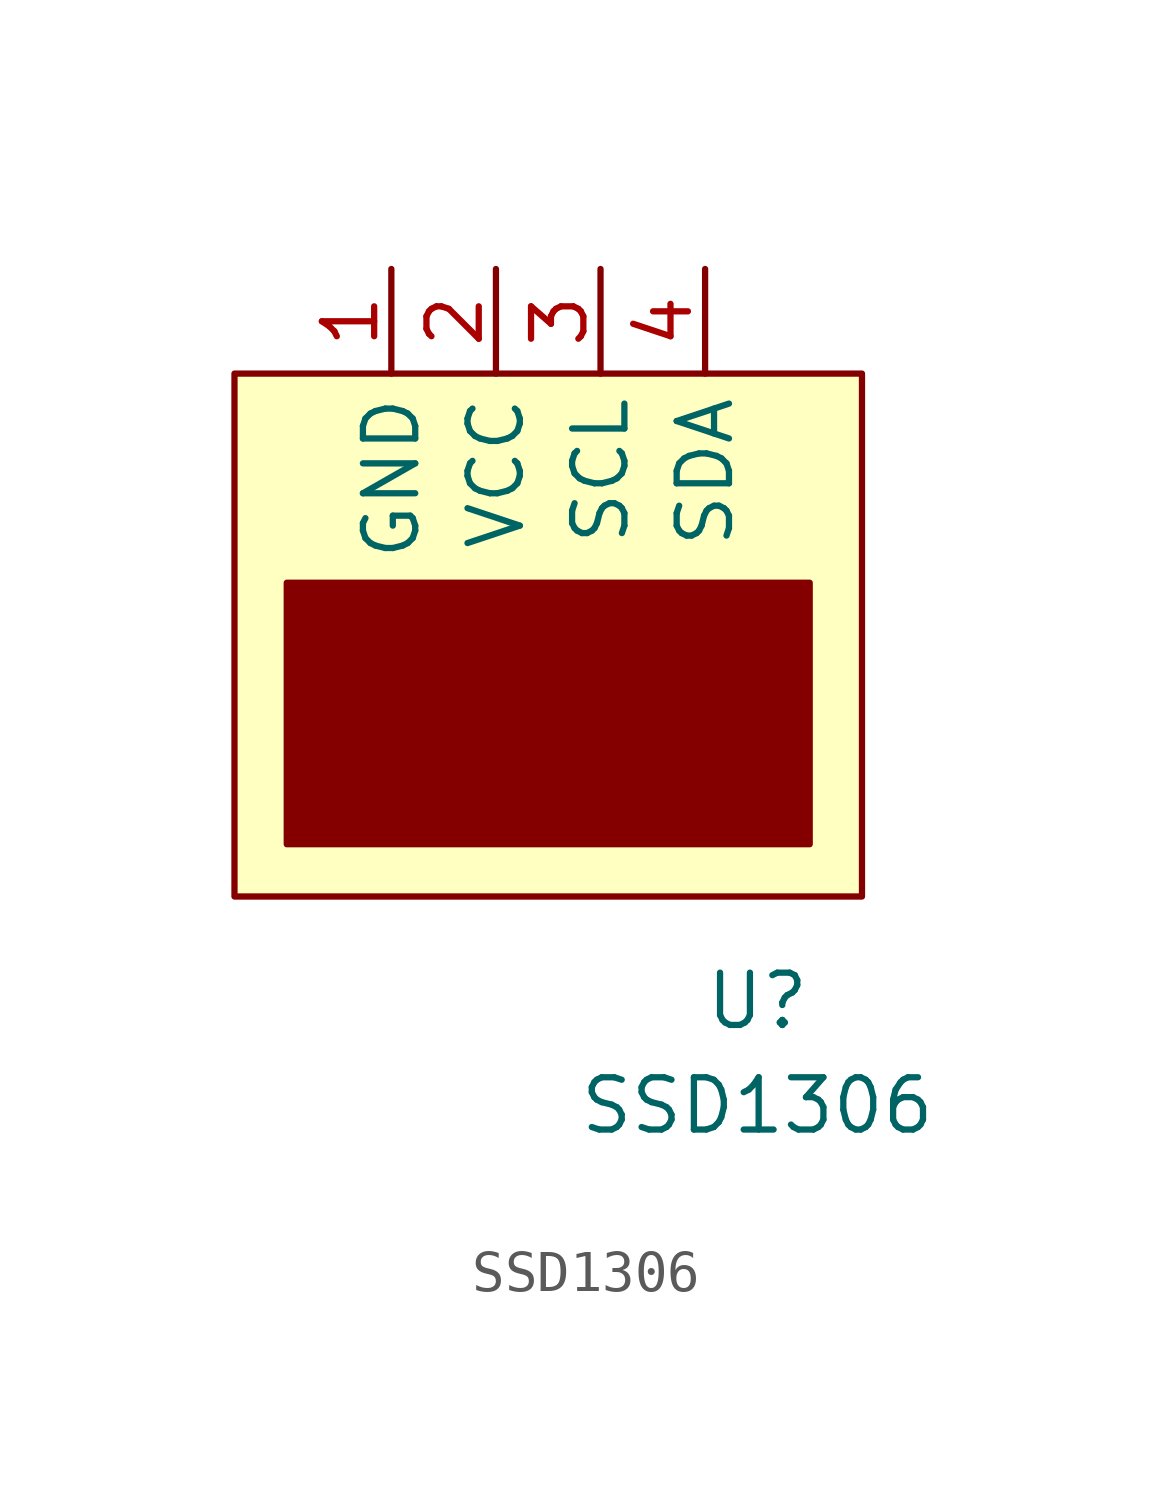
<source format=kicad_sym>
(kicad_symbol_lib
  (version 20231120)
  (generator "kicad_symbol_editor")
  (generator_version "8.0")
  (symbol "SSD1306"
    (property "Reference" "U"
      (at 5.08 -8.89 0)
      (effects (font (size 1.27 1.27))))
    (property "Value" "SSD1306"
      (at 5.08 -11.43 0)
      (effects (font (size 1.27 1.27))))
    (symbol "SSD1306_1_1"
      (rectangle (start -7.62 6.35) (end 7.62 -6.35) (stroke (width 0) (type default)) (fill (type background)))
      (rectangle (start -6.35 1.27) (end 6.35 -5.08) (stroke (width 0) (type default)) (fill (type outline)))
      (pin power_in line (at -3.81 8.89 270) (length 2.54) (name "GND" (effects (font (size 1.27 1.27)))) (number "1" (effects (font (size 1.27 1.27)))))
      (pin power_in line (at -1.27 8.89 270) (length 2.54) (name "VCC" (effects (font (size 1.27 1.27)))) (number "2" (effects (font (size 1.27 1.27)))))
      (pin bidirectional line (at 1.27 8.89 270) (length 2.54) (name "SCL" (effects (font (size 1.27 1.27)))) (number "3" (effects (font (size 1.27 1.27)))))
      (pin bidirectional line (at 3.81 8.89 270) (length 2.54) (name "SDA" (effects (font (size 1.27 1.27)))) (number "4" (effects (font (size 1.27 1.27))))))))
</source>
